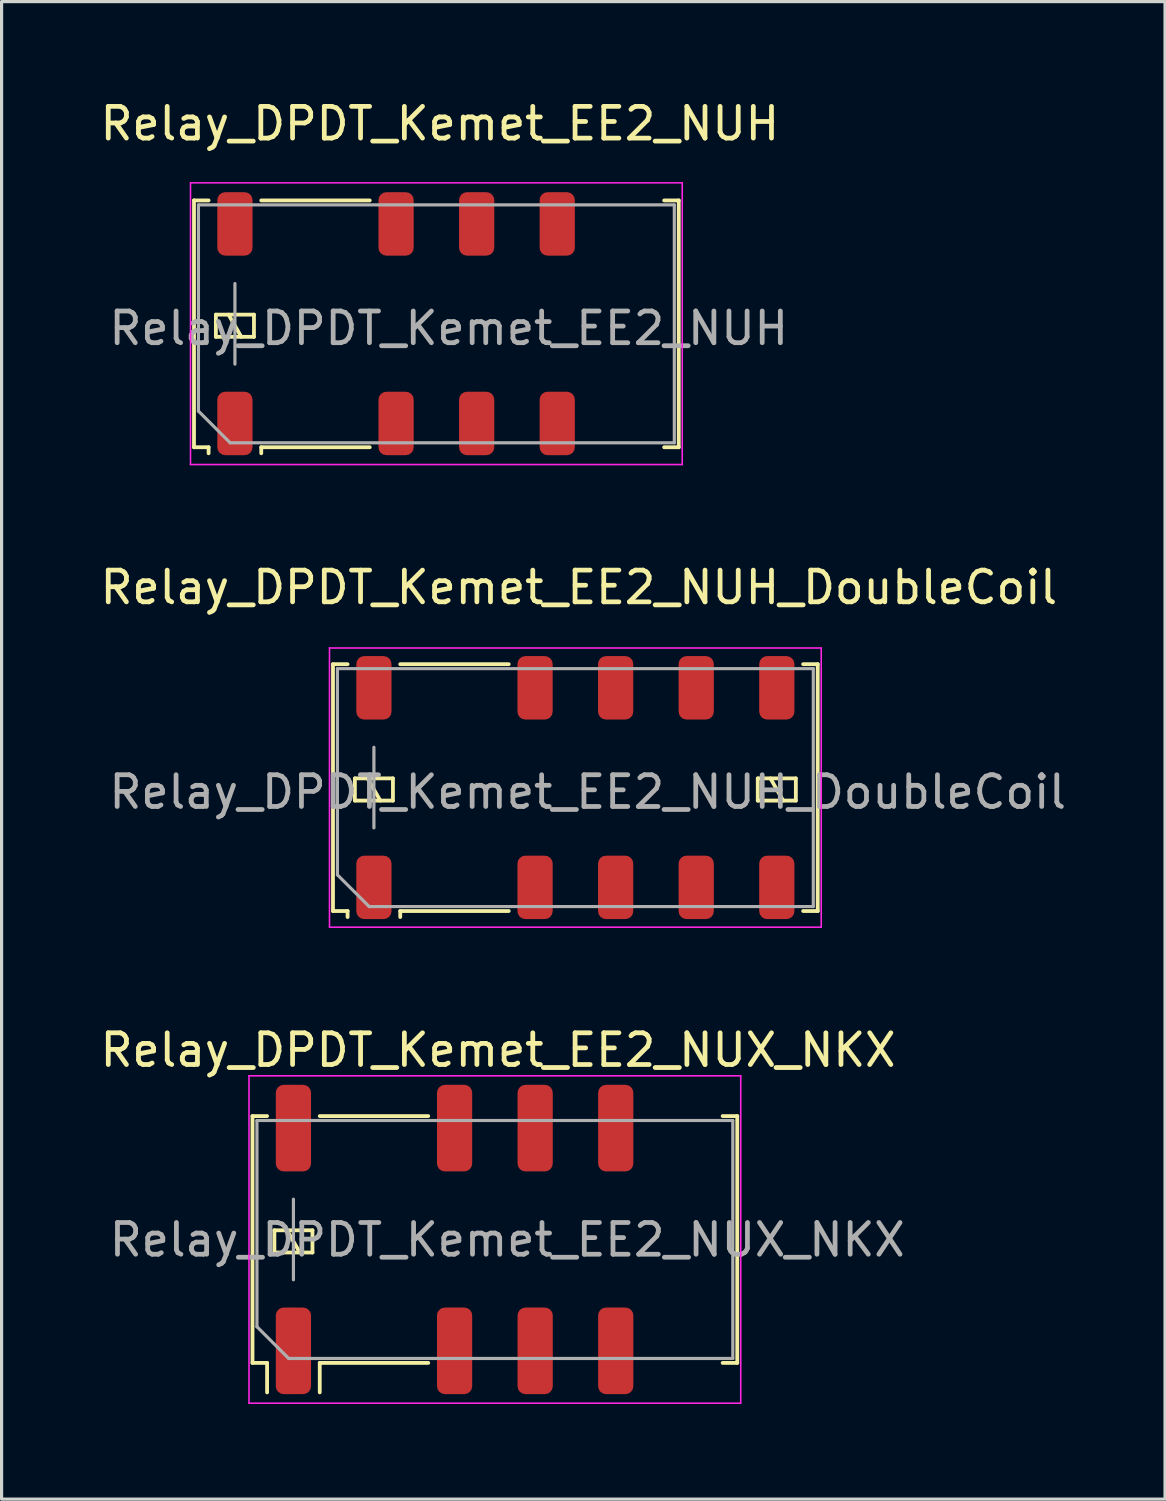
<source format=kicad_pcb>
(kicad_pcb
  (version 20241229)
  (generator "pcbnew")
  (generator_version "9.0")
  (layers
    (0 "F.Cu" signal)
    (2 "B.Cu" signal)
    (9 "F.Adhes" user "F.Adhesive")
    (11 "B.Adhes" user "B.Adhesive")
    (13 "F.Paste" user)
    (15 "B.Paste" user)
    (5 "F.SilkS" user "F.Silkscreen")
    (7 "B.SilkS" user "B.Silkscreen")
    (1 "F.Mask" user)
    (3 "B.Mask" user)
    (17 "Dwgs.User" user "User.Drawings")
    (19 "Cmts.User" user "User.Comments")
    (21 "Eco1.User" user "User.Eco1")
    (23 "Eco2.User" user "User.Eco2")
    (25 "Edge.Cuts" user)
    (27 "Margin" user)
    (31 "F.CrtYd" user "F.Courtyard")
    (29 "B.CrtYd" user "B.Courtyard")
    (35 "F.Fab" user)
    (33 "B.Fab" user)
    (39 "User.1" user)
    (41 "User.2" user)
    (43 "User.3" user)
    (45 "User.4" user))
  (footprint "Relay_DPDT_Kemet_EE2_NUX_NKX"
    (layer "F.Cu")
    (at 12.549 36.02)
    (property "Reference" "Relay_DPDT_Kemet_EE2_NUX_NKX" (at 0.1 -5.97 180) (layer "F.SilkS") (effects (font (size 1 1) (thickness 0.15))))
    (attr smd)
    (fp_line (start -7.64 -3.89) (end -7.64 3.89) (stroke (width 0.12) (type solid)) (layer "F.SilkS"))
    (fp_line (start -7.64 -3.89) (end -7.18 -3.89) (stroke (width 0.12) (type solid)) (layer "F.SilkS"))
    (fp_line (start -7.64 3.89) (end -7.18 3.89) (stroke (width 0.12) (type solid)) (layer "F.SilkS"))
    (fp_line (start -7.18 3.89) (end -7.18 4.82) (stroke (width 0.12) (type solid)) (layer "F.SilkS"))
    (fp_line (start -6.95 -0.29) (end -6.95 0.41) (stroke (width 0.12) (type solid)) (layer "F.SilkS"))
    (fp_line (start -6.95 0.41) (end -5.75 0.41) (stroke (width 0.12) (type solid)) (layer "F.SilkS"))
    (fp_line (start -6.15 0.41) (end -6.55 -0.29) (stroke (width 0.12) (type solid)) (layer "F.SilkS"))
    (fp_line (start -5.75 -0.29) (end -6.95 -0.29) (stroke (width 0.12) (type solid)) (layer "F.SilkS"))
    (fp_line (start -5.75 0.41) (end -5.75 -0.29) (stroke (width 0.12) (type solid)) (layer "F.SilkS"))
    (fp_line (start -5.52 -3.89) (end -2.1 -3.89) (stroke (width 0.12) (type solid)) (layer "F.SilkS"))
    (fp_line (start -5.52 3.89) (end -5.52 4.82) (stroke (width 0.12) (type solid)) (layer "F.SilkS"))
    (fp_line (start -5.52 3.89) (end -2.1 3.89) (stroke (width 0.12) (type solid)) (layer "F.SilkS"))
    (fp_line (start 7.18 -3.89) (end 7.64 -3.89) (stroke (width 0.12) (type solid)) (layer "F.SilkS"))
    (fp_line (start 7.18 3.89) (end 7.64 3.89) (stroke (width 0.12) (type solid)) (layer "F.SilkS"))
    (fp_line (start 7.64 -3.89) (end 7.64 3.89) (stroke (width 0.12) (type solid)) (layer "F.SilkS"))
    (fp_line (start -7.75 -5.16) (end -7.75 5.16) (stroke (width 0.05) (type solid)) (layer "F.CrtYd"))
    (fp_line (start -7.75 -5.16) (end 7.75 -5.16) (stroke (width 0.05) (type solid)) (layer "F.CrtYd"))
    (fp_line (start -7.75 5.16) (end 7.75 5.16) (stroke (width 0.05) (type solid)) (layer "F.CrtYd"))
    (fp_line (start 7.75 5.16) (end 7.75 -5.16) (stroke (width 0.05) (type solid)) (layer "F.CrtYd"))
    (fp_line (start -7.5 -3.75) (end -7.5 2.75) (stroke (width 0.1) (type solid)) (layer "F.Fab"))
    (fp_line (start -7.5 -3.75) (end 7.5 -3.75) (stroke (width 0.1) (type solid)) (layer "F.Fab"))
    (fp_line (start -6.5 3.75) (end -7.5 2.75) (stroke (width 0.1) (type solid)) (layer "F.Fab"))
    (fp_line (start -6.5 3.75) (end 7.5 3.75) (stroke (width 0.1) (type solid)) (layer "F.Fab"))
    (fp_line (start -6.35 1.27) (end -6.35 -1.27) (stroke (width 0.1) (type solid)) (layer "F.Fab"))
    (fp_line (start 7.5 -3.75) (end 7.5 3.75) (stroke (width 0.1) (type solid)) (layer "F.Fab"))
    (fp_text user "${REFERENCE}" (at 0.39 0.01 180) (layer "F.Fab") (effects (font (size 1 1) (thickness 0.15))))
    (pad "1" smd roundrect (at -6.35 3.51) (size 1.11 2.73) (layers "F.Cu" "F.Mask" "F.Paste") (roundrect_rratio 0.225))
    (pad "3" smd roundrect (at -1.27 3.51) (size 1.11 2.73) (layers "F.Cu" "F.Mask" "F.Paste") (roundrect_rratio 0.225))
    (pad "4" smd roundrect (at 1.27 3.51) (size 1.11 2.73) (layers "F.Cu" "F.Mask" "F.Paste") (roundrect_rratio 0.225))
    (pad "5" smd roundrect (at 3.81 3.51) (size 1.11 2.73) (layers "F.Cu" "F.Mask" "F.Paste") (roundrect_rratio 0.225))
    (pad "8" smd roundrect (at 3.81 -3.51) (size 1.11 2.73) (layers "F.Cu" "F.Mask" "F.Paste") (roundrect_rratio 0.225))
    (pad "9" smd roundrect (at 1.27 -3.51) (size 1.11 2.73) (layers "F.Cu" "F.Mask" "F.Paste") (roundrect_rratio 0.225))
    (pad "10" smd roundrect (at -1.27 -3.51) (size 1.11 2.73) (layers "F.Cu" "F.Mask" "F.Paste") (roundrect_rratio 0.225))
    (pad "12" smd roundrect (at -6.35 -3.51) (size 1.11 2.73) (layers "F.Cu" "F.Mask" "F.Paste") (roundrect_rratio 0.225)))
  (footprint "Relay_DPDT_Kemet_EE2_NUH_DoubleCoil"
    (layer "F.Cu")
    (at 15.086 21.776)
    (property "Reference" "Relay_DPDT_Kemet_EE2_NUH_DoubleCoil" (at 0.11 -6.31 180) (layer "F.SilkS") (effects (font (size 1 1) (thickness 0.15))))
    (attr smd)
    (fp_line (start -7.64 -3.89) (end -7.64 3.89) (stroke (width 0.12) (type solid)) (layer "F.SilkS"))
    (fp_line (start -7.64 -3.89) (end -7.18 -3.89) (stroke (width 0.12) (type solid)) (layer "F.SilkS"))
    (fp_line (start -7.64 3.89) (end -7.18 3.89) (stroke (width 0.12) (type solid)) (layer "F.SilkS"))
    (fp_line (start -7.18 3.89) (end -7.18 4.08) (stroke (width 0.12) (type solid)) (layer "F.SilkS"))
    (fp_line (start -6.95 -0.29) (end -6.95 0.41) (stroke (width 0.12) (type solid)) (layer "F.SilkS"))
    (fp_line (start -6.95 0.41) (end -5.75 0.41) (stroke (width 0.12) (type solid)) (layer "F.SilkS"))
    (fp_line (start -6.15 0.41) (end -6.55 -0.29) (stroke (width 0.12) (type solid)) (layer "F.SilkS"))
    (fp_line (start -5.75 -0.29) (end -6.95 -0.29) (stroke (width 0.12) (type solid)) (layer "F.SilkS"))
    (fp_line (start -5.75 0.41) (end -5.75 -0.29) (stroke (width 0.12) (type solid)) (layer "F.SilkS"))
    (fp_line (start -5.52 -3.89) (end -2.1 -3.89) (stroke (width 0.12) (type solid)) (layer "F.SilkS"))
    (fp_line (start -5.52 3.89) (end -5.52 4.08) (stroke (width 0.12) (type solid)) (layer "F.SilkS"))
    (fp_line (start -5.52 3.89) (end -2.1 3.89) (stroke (width 0.12) (type solid)) (layer "F.SilkS"))
    (fp_line (start 5.75 -0.29) (end 5.75 0.41) (stroke (width 0.12) (type solid)) (layer "F.SilkS"))
    (fp_line (start 5.75 0.41) (end 6.95 0.41) (stroke (width 0.12) (type solid)) (layer "F.SilkS"))
    (fp_line (start 6.55 0.41) (end 6.15 -0.29) (stroke (width 0.12) (type solid)) (layer "F.SilkS"))
    (fp_line (start 6.95 -0.29) (end 5.75 -0.29) (stroke (width 0.12) (type solid)) (layer "F.SilkS"))
    (fp_line (start 6.95 0.41) (end 6.95 -0.29) (stroke (width 0.12) (type solid)) (layer "F.SilkS"))
    (fp_line (start 7.18 -3.89) (end 7.64 -3.89) (stroke (width 0.12) (type solid)) (layer "F.SilkS"))
    (fp_line (start 7.18 3.89) (end 7.64 3.89) (stroke (width 0.12) (type solid)) (layer "F.SilkS"))
    (fp_line (start 7.64 -3.89) (end 7.64 3.89) (stroke (width 0.12) (type solid)) (layer "F.SilkS"))
    (fp_line (start -7.75 -4.4) (end -7.75 4.4) (stroke (width 0.05) (type solid)) (layer "F.CrtYd"))
    (fp_line (start -7.75 -4.4) (end 7.75 -4.4) (stroke (width 0.05) (type solid)) (layer "F.CrtYd"))
    (fp_line (start -7.75 4.4) (end 7.75 4.4) (stroke (width 0.05) (type solid)) (layer "F.CrtYd"))
    (fp_line (start 7.75 4.4) (end 7.75 -4.4) (stroke (width 0.05) (type solid)) (layer "F.CrtYd"))
    (fp_line (start -7.5 -3.75) (end -7.5 2.75) (stroke (width 0.1) (type solid)) (layer "F.Fab"))
    (fp_line (start -7.5 -3.75) (end 7.5 -3.75) (stroke (width 0.1) (type solid)) (layer "F.Fab"))
    (fp_line (start -6.5 3.75) (end -7.5 2.75) (stroke (width 0.1) (type solid)) (layer "F.Fab"))
    (fp_line (start -6.5 3.75) (end 7.5 3.75) (stroke (width 0.1) (type solid)) (layer "F.Fab"))
    (fp_line (start -6.35 1.27) (end -6.35 -1.27) (stroke (width 0.1) (type solid)) (layer "F.Fab"))
    (fp_line (start 7.5 -3.75) (end 7.5 3.75) (stroke (width 0.1) (type solid)) (layer "F.Fab"))
    (fp_text user "${REFERENCE}" (at 0.39 0.14 180) (layer "F.Fab") (effects (font (size 1 1) (thickness 0.15))))
    (pad "1" smd roundrect (at -6.35 3.145) (size 1.11 2) (layers "F.Cu" "F.Mask" "F.Paste") (roundrect_rratio 0.225))
    (pad "3" smd roundrect (at -1.27 3.145) (size 1.11 2) (layers "F.Cu" "F.Mask" "F.Paste") (roundrect_rratio 0.225))
    (pad "4" smd roundrect (at 1.27 3.145) (size 1.11 2) (layers "F.Cu" "F.Mask" "F.Paste") (roundrect_rratio 0.225))
    (pad "5" smd roundrect (at 3.81 3.145) (size 1.11 2) (layers "F.Cu" "F.Mask" "F.Paste") (roundrect_rratio 0.225))
    (pad "6" smd roundrect (at 6.35 3.145) (size 1.11 2) (layers "F.Cu" "F.Mask" "F.Paste") (roundrect_rratio 0.225))
    (pad "7" smd roundrect (at 6.35 -3.145) (size 1.11 2) (layers "F.Cu" "F.Mask" "F.Paste") (roundrect_rratio 0.225))
    (pad "8" smd roundrect (at 3.81 -3.145) (size 1.11 2) (layers "F.Cu" "F.Mask" "F.Paste") (roundrect_rratio 0.225))
    (pad "9" smd roundrect (at 1.27 -3.145) (size 1.11 2) (layers "F.Cu" "F.Mask" "F.Paste") (roundrect_rratio 0.225))
    (pad "10" smd roundrect (at -1.27 -3.145) (size 1.11 2) (layers "F.Cu" "F.Mask" "F.Paste") (roundrect_rratio 0.225))
    (pad "12" smd roundrect (at -6.35 -3.145) (size 1.11 2) (layers "F.Cu" "F.Mask" "F.Paste") (roundrect_rratio 0.225)))
  (footprint "Relay_DPDT_Kemet_EE2_NUH"
    (layer "F.Cu")
    (at 9.435 7.153)
    (property "Reference" "Relay_DPDT_Kemet_EE2_NUH" (at 1.38 -6.305 180) (layer "F.SilkS") (effects (font (size 1 1) (thickness 0.15))))
    (attr smd)
    (fp_line (start -6.37 -3.885) (end -6.37 3.895) (stroke (width 0.12) (type solid)) (layer "F.SilkS"))
    (fp_line (start -6.37 -3.885) (end -5.91 -3.885) (stroke (width 0.12) (type solid)) (layer "F.SilkS"))
    (fp_line (start -6.37 3.895) (end -5.91 3.895) (stroke (width 0.12) (type solid)) (layer "F.SilkS"))
    (fp_line (start -5.91 3.895) (end -5.91 4.085) (stroke (width 0.12) (type solid)) (layer "F.SilkS"))
    (fp_line (start -5.68 -0.285) (end -5.68 0.415) (stroke (width 0.12) (type solid)) (layer "F.SilkS"))
    (fp_line (start -5.68 0.415) (end -4.48 0.415) (stroke (width 0.12) (type solid)) (layer "F.SilkS"))
    (fp_line (start -4.88 0.415) (end -5.28 -0.285) (stroke (width 0.12) (type solid)) (layer "F.SilkS"))
    (fp_line (start -4.48 -0.285) (end -5.68 -0.285) (stroke (width 0.12) (type solid)) (layer "F.SilkS"))
    (fp_line (start -4.48 0.415) (end -4.48 -0.285) (stroke (width 0.12) (type solid)) (layer "F.SilkS"))
    (fp_line (start -4.25 -3.885) (end -0.83 -3.885) (stroke (width 0.12) (type solid)) (layer "F.SilkS"))
    (fp_line (start -4.25 3.895) (end -4.25 4.085) (stroke (width 0.12) (type solid)) (layer "F.SilkS"))
    (fp_line (start -4.25 3.895) (end -0.83 3.895) (stroke (width 0.12) (type solid)) (layer "F.SilkS"))
    (fp_line (start 8.45 -3.885) (end 8.91 -3.885) (stroke (width 0.12) (type solid)) (layer "F.SilkS"))
    (fp_line (start 8.45 3.895) (end 8.91 3.895) (stroke (width 0.12) (type solid)) (layer "F.SilkS"))
    (fp_line (start 8.91 -3.885) (end 8.91 3.895) (stroke (width 0.12) (type solid)) (layer "F.SilkS"))
    (fp_line (start -6.48 -4.44) (end -6.48 4.44) (stroke (width 0.05) (type solid)) (layer "F.CrtYd"))
    (fp_line (start -6.48 -4.44) (end 9.02 -4.44) (stroke (width 0.05) (type solid)) (layer "F.CrtYd"))
    (fp_line (start -6.48 4.44) (end 9.02 4.44) (stroke (width 0.05) (type solid)) (layer "F.CrtYd"))
    (fp_line (start 9.02 4.44) (end 9.02 -4.44) (stroke (width 0.05) (type solid)) (layer "F.CrtYd"))
    (fp_line (start -6.23 -3.745) (end -6.23 2.755) (stroke (width 0.1) (type solid)) (layer "F.Fab"))
    (fp_line (start -6.23 -3.745) (end 8.77 -3.745) (stroke (width 0.1) (type solid)) (layer "F.Fab"))
    (fp_line (start -5.23 3.755) (end -6.23 2.755) (stroke (width 0.1) (type solid)) (layer "F.Fab"))
    (fp_line (start -5.23 3.755) (end 8.77 3.755) (stroke (width 0.1) (type solid)) (layer "F.Fab"))
    (fp_line (start -5.08 1.275) (end -5.08 -1.265) (stroke (width 0.1) (type solid)) (layer "F.Fab"))
    (fp_line (start 8.77 -3.745) (end 8.77 3.755) (stroke (width 0.1) (type solid)) (layer "F.Fab"))
    (fp_text user "${REFERENCE}" (at 1.66 0.145 180) (layer "F.Fab") (effects (font (size 1 1) (thickness 0.15))))
    (pad "1" smd roundrect (at -5.08 3.145) (size 1.11 2) (layers "F.Cu" "F.Mask" "F.Paste") (roundrect_rratio 0.225))
    (pad "3" smd roundrect (at 0 3.145) (size 1.11 2) (layers "F.Cu" "F.Mask" "F.Paste") (roundrect_rratio 0.225))
    (pad "4" smd roundrect (at 2.54 3.145) (size 1.11 2) (layers "F.Cu" "F.Mask" "F.Paste") (roundrect_rratio 0.225))
    (pad "5" smd roundrect (at 5.08 3.145) (size 1.11 2) (layers "F.Cu" "F.Mask" "F.Paste") (roundrect_rratio 0.225))
    (pad "8" smd roundrect (at 5.08 -3.145) (size 1.11 2) (layers "F.Cu" "F.Mask" "F.Paste") (roundrect_rratio 0.225))
    (pad "9" smd roundrect (at 2.54 -3.145) (size 1.11 2) (layers "F.Cu" "F.Mask" "F.Paste") (roundrect_rratio 0.225))
    (pad "10" smd roundrect (at 0 -3.145) (size 1.11 2) (layers "F.Cu" "F.Mask" "F.Paste") (roundrect_rratio 0.225))
    (pad "12" smd roundrect (at -5.08 -3.145) (size 1.11 2) (layers "F.Cu" "F.Mask" "F.Paste") (roundrect_rratio 0.225)))
  (gr_rect
    (start -3 -3)
    (end 33.673 44.205)
    (stroke (width 0.1) (type default))
    (fill no)
    (layer "Edge.Cuts")))
</source>
